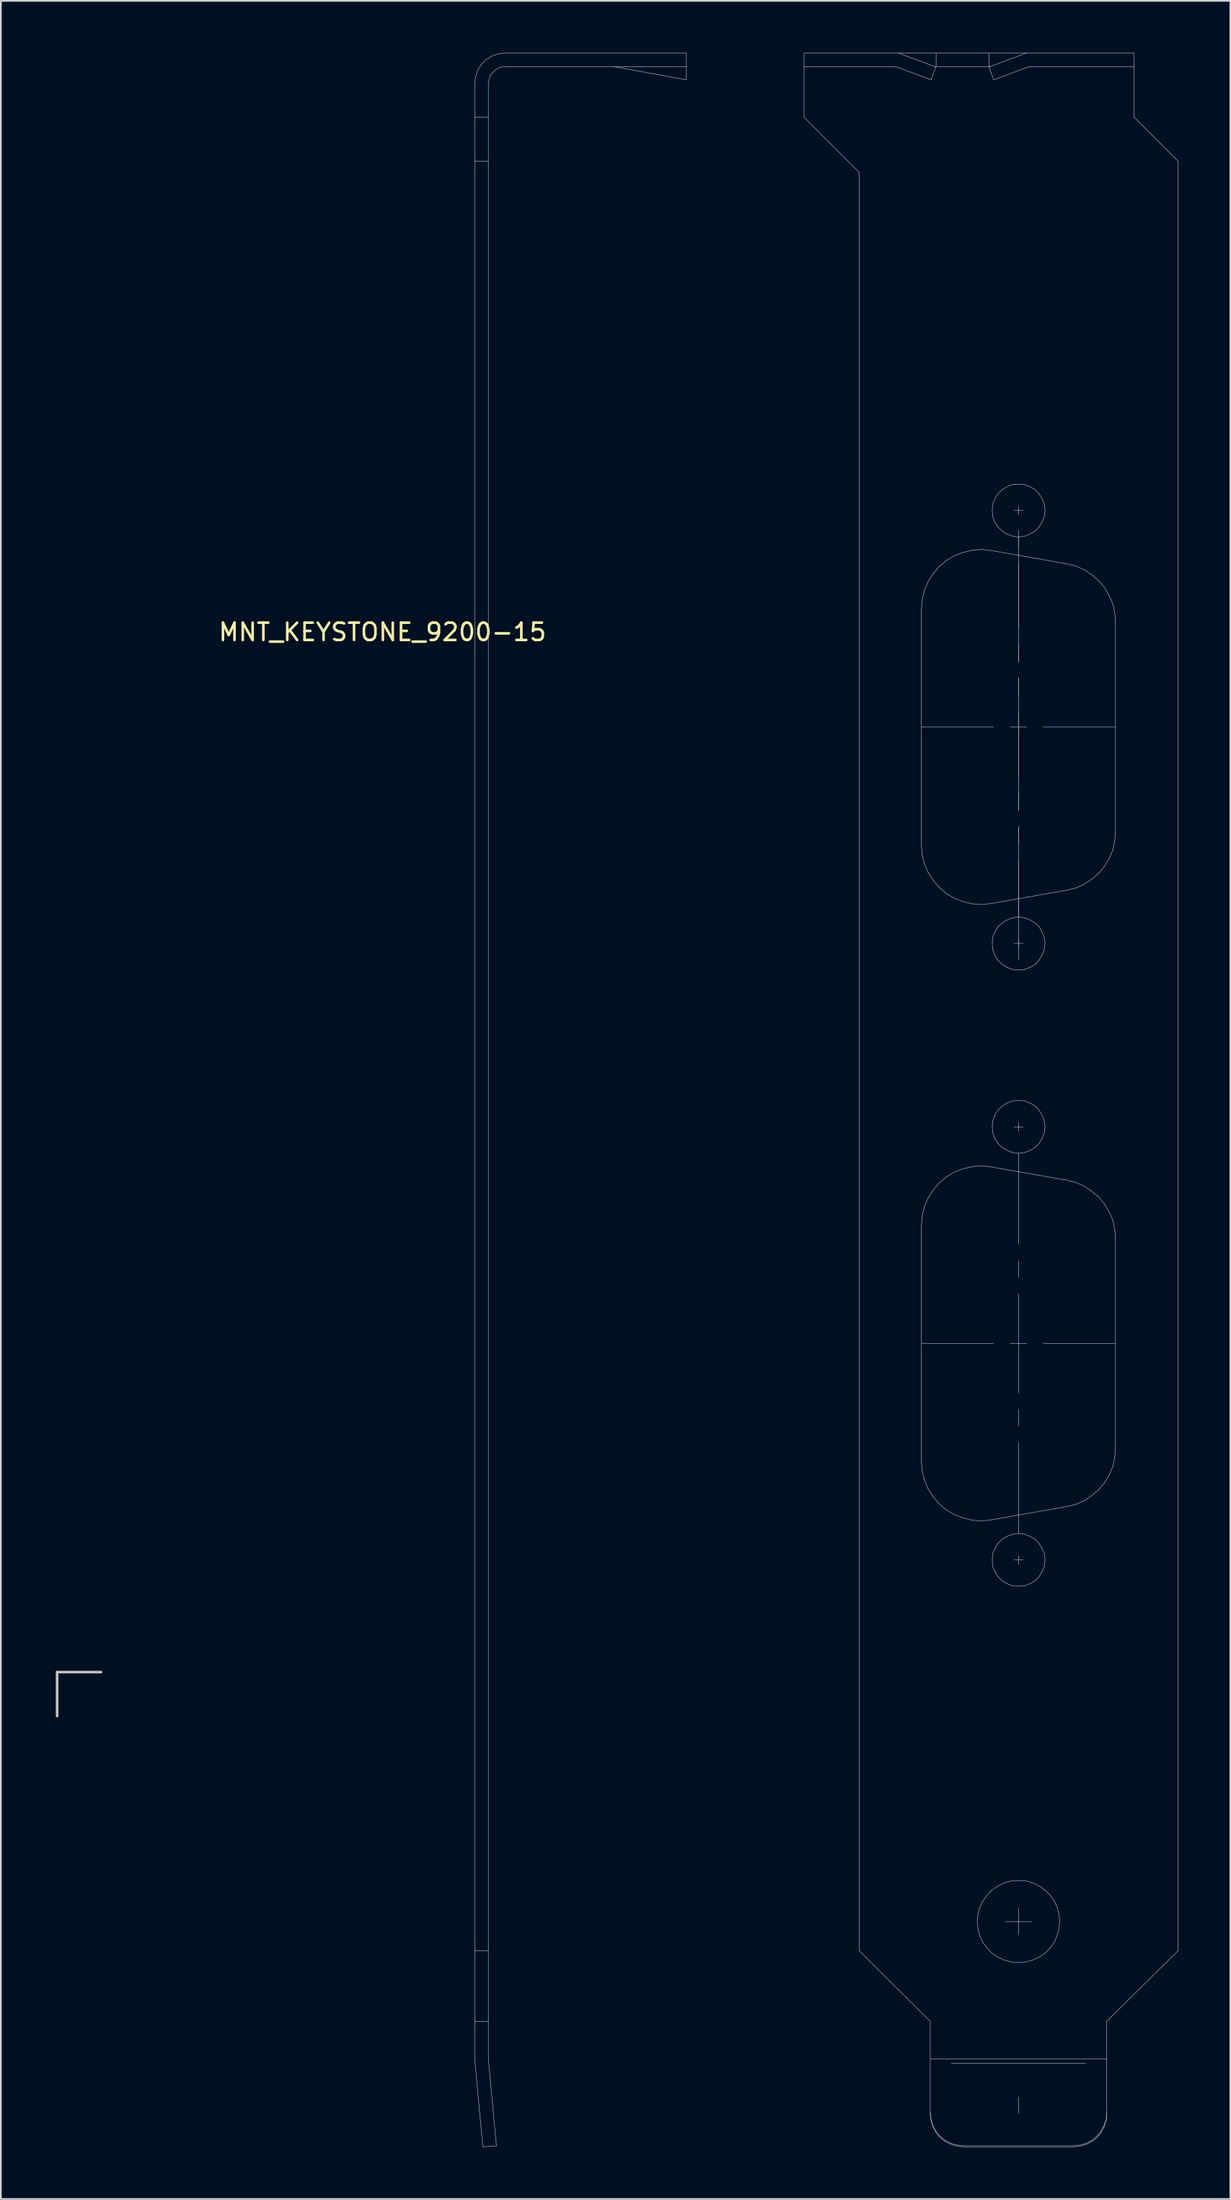
<source format=kicad_pcb>
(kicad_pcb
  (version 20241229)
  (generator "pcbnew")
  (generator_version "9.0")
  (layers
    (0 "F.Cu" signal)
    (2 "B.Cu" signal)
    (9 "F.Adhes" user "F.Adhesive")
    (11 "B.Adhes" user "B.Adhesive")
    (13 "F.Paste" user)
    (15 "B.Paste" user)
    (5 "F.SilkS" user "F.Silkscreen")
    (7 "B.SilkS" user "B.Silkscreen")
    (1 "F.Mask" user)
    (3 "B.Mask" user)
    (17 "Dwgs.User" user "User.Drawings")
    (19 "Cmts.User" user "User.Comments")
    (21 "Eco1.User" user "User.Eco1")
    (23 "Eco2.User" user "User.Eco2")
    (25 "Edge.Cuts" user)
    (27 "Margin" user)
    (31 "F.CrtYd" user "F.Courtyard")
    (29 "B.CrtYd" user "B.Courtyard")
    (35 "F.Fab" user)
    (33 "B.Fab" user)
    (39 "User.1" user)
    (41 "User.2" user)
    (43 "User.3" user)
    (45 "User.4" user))
  (footprint "MNT_KEYSTONE_9200-15"
    (layer "F.Cu")
    (at 0.25 93.531)
    (property "Reference" "MNT_KEYSTONE_9200-15" (at 18.796 -60.071 0) (layer "F.SilkS") (effects (font (size 1 1) (thickness 0.15))))
    (attr through_hole)
    (fp_line (start 0 0) (end 0 2.54) (stroke (width 0.15) (type solid)) (layer "Dwgs.User"))
    (fp_line (start 2.54 0) (end 0 0) (stroke (width 0.15) (type solid)) (layer "Dwgs.User"))
    (fp_line (start 24.129 -91.738) (end 24.172 -92.141) (stroke (width 0.025) (type solid)) (layer "Dwgs.User"))
    (fp_line (start 24.129 22.381) (end 24.129 -91.738) (stroke (width 0.025) (type solid)) (layer "Dwgs.User"))
    (fp_line (start 24.129 22.381) (end 24.596 27.424) (stroke (width 0.025) (type solid)) (layer "Dwgs.User"))
    (fp_line (start 24.172 -92.141) (end 24.299 -92.522) (stroke (width 0.025) (type solid)) (layer "Dwgs.User"))
    (fp_line (start 24.299 -92.522) (end 24.511 -92.861) (stroke (width 0.025) (type solid)) (layer "Dwgs.User"))
    (fp_line (start 24.511 -92.861) (end 24.786 -93.137) (stroke (width 0.025) (type solid)) (layer "Dwgs.User"))
    (fp_line (start 24.596 27.424) (end 25.38 27.361) (stroke (width 0.025) (type solid)) (layer "Dwgs.User"))
    (fp_line (start 24.786 -93.137) (end 25.125 -93.349) (stroke (width 0.025) (type solid)) (layer "Dwgs.User"))
    (fp_line (start 24.913 -91.738) (end 24.956 -91.992) (stroke (width 0.025) (type solid)) (layer "Dwgs.User"))
    (fp_line (start 24.913 -89.809) (end 24.129 -89.809) (stroke (width 0.025) (type solid)) (layer "Dwgs.User"))
    (fp_line (start 24.913 -87.266) (end 24.129 -87.266) (stroke (width 0.025) (type solid)) (layer "Dwgs.User"))
    (fp_line (start 24.913 16.087) (end 24.129 16.087) (stroke (width 0.025) (type solid)) (layer "Dwgs.User"))
    (fp_line (start 24.913 20.177) (end 24.129 20.177) (stroke (width 0.025) (type solid)) (layer "Dwgs.User"))
    (fp_line (start 24.913 22.338) (end 24.913 -91.738) (stroke (width 0.025) (type solid)) (layer "Dwgs.User"))
    (fp_line (start 24.913 22.338) (end 25.38 27.361) (stroke (width 0.025) (type solid)) (layer "Dwgs.User"))
    (fp_line (start 24.956 -91.992) (end 25.041 -92.247) (stroke (width 0.025) (type solid)) (layer "Dwgs.User"))
    (fp_line (start 25.041 -92.247) (end 25.21 -92.437) (stroke (width 0.025) (type solid)) (layer "Dwgs.User"))
    (fp_line (start 25.125 -93.349) (end 25.507 -93.476) (stroke (width 0.025) (type solid)) (layer "Dwgs.User"))
    (fp_line (start 25.21 -92.437) (end 25.401 -92.607) (stroke (width 0.025) (type solid)) (layer "Dwgs.User"))
    (fp_line (start 25.401 -92.607) (end 25.655 -92.713) (stroke (width 0.025) (type solid)) (layer "Dwgs.User"))
    (fp_line (start 25.507 -93.476) (end 25.909 -93.518) (stroke (width 0.025) (type solid)) (layer "Dwgs.User"))
    (fp_line (start 25.655 -92.713) (end 25.909 -92.734) (stroke (width 0.025) (type solid)) (layer "Dwgs.User"))
    (fp_line (start 25.909 -92.734) (end 36.357 -92.734) (stroke (width 0.025) (type solid)) (layer "Dwgs.User"))
    (fp_line (start 36.357 -93.518) (end 25.909 -93.518) (stroke (width 0.025) (type solid)) (layer "Dwgs.User"))
    (fp_line (start 36.357 -92.734) (end 36.357 -93.518) (stroke (width 0.025) (type solid)) (layer "Dwgs.User"))
    (fp_line (start 36.357 -92.734) (end 36.357 -91.971) (stroke (width 0.025) (type solid)) (layer "Dwgs.User"))
    (fp_line (start 36.357 -91.971) (end 32.161 -92.734) (stroke (width 0.025) (type solid)) (layer "Dwgs.User"))
    (fp_line (start 43.154 -93.518) (end 43.154 -89.809) (stroke (width 0.025) (type solid)) (layer "Dwgs.User"))
    (fp_line (start 43.154 -89.809) (end 46.333 -86.631) (stroke (width 0.025) (type solid)) (layer "Dwgs.User"))
    (fp_line (start 46.333 16.087) (end 46.333 -86.631) (stroke (width 0.025) (type solid)) (layer "Dwgs.User"))
    (fp_line (start 48.452 -92.734) (end 43.154 -92.734) (stroke (width 0.025) (type solid)) (layer "Dwgs.User"))
    (fp_line (start 48.452 -92.734) (end 50.487 -91.971) (stroke (width 0.025) (type solid)) (layer "Dwgs.User"))
    (fp_line (start 48.6 -93.518) (end 50.762 -92.713) (stroke (width 0.025) (type solid)) (layer "Dwgs.User"))
    (fp_line (start 49.936 -61.412) (end 49.936 -47.765) (stroke (width 0.025) (type solid)) (layer "Dwgs.User"))
    (fp_line (start 49.936 -54.588) (end 54.11 -54.588) (stroke (width 0.025) (type solid)) (layer "Dwgs.User"))
    (fp_line (start 49.936 -47.765) (end 49.978 -47.235) (stroke (width 0.025) (type solid)) (layer "Dwgs.User"))
    (fp_line (start 49.936 -25.81) (end 49.936 -12.162) (stroke (width 0.025) (type solid)) (layer "Dwgs.User"))
    (fp_line (start 49.936 -18.986) (end 54.11 -18.986) (stroke (width 0.025) (type solid)) (layer "Dwgs.User"))
    (fp_line (start 49.936 -12.162) (end 49.978 -11.632) (stroke (width 0.025) (type solid)) (layer "Dwgs.User"))
    (fp_line (start 49.978 -61.942) (end 49.936 -61.412) (stroke (width 0.025) (type solid)) (layer "Dwgs.User"))
    (fp_line (start 49.978 -47.235) (end 50.105 -46.705) (stroke (width 0.025) (type solid)) (layer "Dwgs.User"))
    (fp_line (start 49.978 -26.34) (end 49.936 -25.81) (stroke (width 0.025) (type solid)) (layer "Dwgs.User"))
    (fp_line (start 49.978 -11.632) (end 50.105 -11.103) (stroke (width 0.025) (type solid)) (layer "Dwgs.User"))
    (fp_line (start 50.105 -62.472) (end 49.978 -61.942) (stroke (width 0.025) (type solid)) (layer "Dwgs.User"))
    (fp_line (start 50.105 -46.705) (end 50.317 -46.196) (stroke (width 0.025) (type solid)) (layer "Dwgs.User"))
    (fp_line (start 50.105 -26.869) (end 49.978 -26.34) (stroke (width 0.025) (type solid)) (layer "Dwgs.User"))
    (fp_line (start 50.105 -11.103) (end 50.317 -10.594) (stroke (width 0.025) (type solid)) (layer "Dwgs.User"))
    (fp_line (start 50.317 -62.98) (end 50.105 -62.472) (stroke (width 0.025) (type solid)) (layer "Dwgs.User"))
    (fp_line (start 50.317 -46.196) (end 50.614 -45.73) (stroke (width 0.025) (type solid)) (layer "Dwgs.User"))
    (fp_line (start 50.317 -27.378) (end 50.105 -26.869) (stroke (width 0.025) (type solid)) (layer "Dwgs.User"))
    (fp_line (start 50.317 -10.594) (end 50.614 -10.128) (stroke (width 0.025) (type solid)) (layer "Dwgs.User"))
    (fp_line (start 50.444 20.177) (end 46.333 16.087) (stroke (width 0.025) (type solid)) (layer "Dwgs.User"))
    (fp_line (start 50.444 25.454) (end 50.487 25.814) (stroke (width 0.025) (type solid)) (layer "Dwgs.User"))
    (fp_line (start 50.444 25.517) (end 50.444 20.177) (stroke (width 0.025) (type solid)) (layer "Dwgs.User"))
    (fp_line (start 50.444 25.517) (end 50.487 25.899) (stroke (width 0.025) (type solid)) (layer "Dwgs.User"))
    (fp_line (start 50.487 -91.971) (end 50.762 -92.713) (stroke (width 0.025) (type solid)) (layer "Dwgs.User"))
    (fp_line (start 50.487 25.814) (end 50.593 26.174) (stroke (width 0.025) (type solid)) (layer "Dwgs.User"))
    (fp_line (start 50.487 25.899) (end 50.593 26.259) (stroke (width 0.025) (type solid)) (layer "Dwgs.User"))
    (fp_line (start 50.593 26.174) (end 50.762 26.513) (stroke (width 0.025) (type solid)) (layer "Dwgs.User"))
    (fp_line (start 50.593 26.259) (end 50.762 26.577) (stroke (width 0.025) (type solid)) (layer "Dwgs.User"))
    (fp_line (start 50.614 -63.447) (end 50.317 -62.98) (stroke (width 0.025) (type solid)) (layer "Dwgs.User"))
    (fp_line (start 50.614 -45.73) (end 50.953 -45.328) (stroke (width 0.025) (type solid)) (layer "Dwgs.User"))
    (fp_line (start 50.614 -27.844) (end 50.317 -27.378) (stroke (width 0.025) (type solid)) (layer "Dwgs.User"))
    (fp_line (start 50.614 -10.128) (end 50.953 -9.725) (stroke (width 0.025) (type solid)) (layer "Dwgs.User"))
    (fp_line (start 50.762 26.513) (end 50.995 26.789) (stroke (width 0.025) (type solid)) (layer "Dwgs.User"))
    (fp_line (start 50.762 26.577) (end 50.995 26.873) (stroke (width 0.025) (type solid)) (layer "Dwgs.User"))
    (fp_line (start 50.783 -93.518) (end 50.783 -92.734) (stroke (width 0.025) (type solid)) (layer "Dwgs.User"))
    (fp_line (start 50.953 -63.849) (end 50.614 -63.447) (stroke (width 0.025) (type solid)) (layer "Dwgs.User"))
    (fp_line (start 50.953 -45.328) (end 51.377 -44.967) (stroke (width 0.025) (type solid)) (layer "Dwgs.User"))
    (fp_line (start 50.953 -28.247) (end 50.614 -27.844) (stroke (width 0.025) (type solid)) (layer "Dwgs.User"))
    (fp_line (start 50.953 -9.725) (end 51.377 -9.365) (stroke (width 0.025) (type solid)) (layer "Dwgs.User"))
    (fp_line (start 50.995 26.789) (end 51.292 27.043) (stroke (width 0.025) (type solid)) (layer "Dwgs.User"))
    (fp_line (start 50.995 26.873) (end 51.292 27.107) (stroke (width 0.025) (type solid)) (layer "Dwgs.User"))
    (fp_line (start 51.292 27.043) (end 51.631 27.212) (stroke (width 0.025) (type solid)) (layer "Dwgs.User"))
    (fp_line (start 51.292 27.107) (end 51.631 27.276) (stroke (width 0.025) (type solid)) (layer "Dwgs.User"))
    (fp_line (start 51.377 -64.21) (end 50.953 -63.849) (stroke (width 0.025) (type solid)) (layer "Dwgs.User"))
    (fp_line (start 51.377 -44.967) (end 51.843 -44.692) (stroke (width 0.025) (type solid)) (layer "Dwgs.User"))
    (fp_line (start 51.377 -28.607) (end 50.953 -28.247) (stroke (width 0.025) (type solid)) (layer "Dwgs.User"))
    (fp_line (start 51.377 -9.365) (end 51.843 -9.089) (stroke (width 0.025) (type solid)) (layer "Dwgs.User"))
    (fp_line (start 51.631 27.212) (end 51.97 27.318) (stroke (width 0.025) (type solid)) (layer "Dwgs.User"))
    (fp_line (start 51.631 27.276) (end 51.97 27.382) (stroke (width 0.025) (type solid)) (layer "Dwgs.User"))
    (fp_line (start 51.843 -64.485) (end 51.377 -64.21) (stroke (width 0.025) (type solid)) (layer "Dwgs.User"))
    (fp_line (start 51.843 -44.692) (end 52.351 -44.501) (stroke (width 0.025) (type solid)) (layer "Dwgs.User"))
    (fp_line (start 51.843 -28.883) (end 51.377 -28.607) (stroke (width 0.025) (type solid)) (layer "Dwgs.User"))
    (fp_line (start 51.843 -9.089) (end 52.351 -8.899) (stroke (width 0.025) (type solid)) (layer "Dwgs.User"))
    (fp_line (start 51.97 27.318) (end 52.351 27.361) (stroke (width 0.025) (type solid)) (layer "Dwgs.User"))
    (fp_line (start 51.97 27.382) (end 52.351 27.424) (stroke (width 0.025) (type solid)) (layer "Dwgs.User"))
    (fp_line (start 52.351 -64.676) (end 51.843 -64.485) (stroke (width 0.025) (type solid)) (layer "Dwgs.User"))
    (fp_line (start 52.351 -44.501) (end 52.881 -44.374) (stroke (width 0.025) (type solid)) (layer "Dwgs.User"))
    (fp_line (start 52.351 -29.073) (end 51.843 -28.883) (stroke (width 0.025) (type solid)) (layer "Dwgs.User"))
    (fp_line (start 52.351 -8.899) (end 52.881 -8.771) (stroke (width 0.025) (type solid)) (layer "Dwgs.User"))
    (fp_line (start 52.881 -64.803) (end 52.351 -64.676) (stroke (width 0.025) (type solid)) (layer "Dwgs.User"))
    (fp_line (start 52.881 -44.374) (end 53.432 -44.332) (stroke (width 0.025) (type solid)) (layer "Dwgs.User"))
    (fp_line (start 52.881 -29.2) (end 52.351 -29.073) (stroke (width 0.025) (type solid)) (layer "Dwgs.User"))
    (fp_line (start 52.881 -8.771) (end 53.432 -8.729) (stroke (width 0.025) (type solid)) (layer "Dwgs.User"))
    (fp_line (start 53.157 14.413) (end 53.199 14.815) (stroke (width 0.025) (type solid)) (layer "Dwgs.User"))
    (fp_line (start 53.199 13.989) (end 53.157 14.413) (stroke (width 0.025) (type solid)) (layer "Dwgs.User"))
    (fp_line (start 53.199 14.815) (end 53.305 15.218) (stroke (width 0.025) (type solid)) (layer "Dwgs.User"))
    (fp_line (start 53.305 13.586) (end 53.199 13.989) (stroke (width 0.025) (type solid)) (layer "Dwgs.User"))
    (fp_line (start 53.305 15.218) (end 53.475 15.599) (stroke (width 0.025) (type solid)) (layer "Dwgs.User"))
    (fp_line (start 53.432 -64.845) (end 52.881 -64.803) (stroke (width 0.025) (type solid)) (layer "Dwgs.User"))
    (fp_line (start 53.432 -44.332) (end 53.962 -44.395) (stroke (width 0.025) (type solid)) (layer "Dwgs.User"))
    (fp_line (start 53.432 -29.243) (end 52.881 -29.2) (stroke (width 0.025) (type solid)) (layer "Dwgs.User"))
    (fp_line (start 53.432 -8.729) (end 53.962 -8.793) (stroke (width 0.025) (type solid)) (layer "Dwgs.User"))
    (fp_line (start 53.475 13.226) (end 53.305 13.586) (stroke (width 0.025) (type solid)) (layer "Dwgs.User"))
    (fp_line (start 53.475 15.599) (end 53.729 15.938) (stroke (width 0.025) (type solid)) (layer "Dwgs.User"))
    (fp_line (start 53.729 12.887) (end 53.475 13.226) (stroke (width 0.025) (type solid)) (layer "Dwgs.User"))
    (fp_line (start 53.729 15.938) (end 54.004 16.235) (stroke (width 0.025) (type solid)) (layer "Dwgs.User"))
    (fp_line (start 53.835 -93.518) (end 53.835 -92.734) (stroke (width 0.025) (type solid)) (layer "Dwgs.User"))
    (fp_line (start 53.835 -92.713) (end 54.11 -91.971) (stroke (width 0.025) (type solid)) (layer "Dwgs.User"))
    (fp_line (start 53.898 -92.734) (end 50.698 -92.734) (stroke (width 0.025) (type solid)) (layer "Dwgs.User"))
    (fp_line (start 53.962 -64.782) (end 53.432 -64.845) (stroke (width 0.025) (type solid)) (layer "Dwgs.User"))
    (fp_line (start 53.962 -44.395) (end 58.306 -45.158) (stroke (width 0.025) (type solid)) (layer "Dwgs.User"))
    (fp_line (start 53.962 -29.179) (end 53.432 -29.243) (stroke (width 0.025) (type solid)) (layer "Dwgs.User"))
    (fp_line (start 53.962 -8.793) (end 58.306 -9.556) (stroke (width 0.025) (type solid)) (layer "Dwgs.User"))
    (fp_line (start 54.004 12.59) (end 53.729 12.887) (stroke (width 0.025) (type solid)) (layer "Dwgs.User"))
    (fp_line (start 54.004 16.235) (end 54.365 16.468) (stroke (width 0.025) (type solid)) (layer "Dwgs.User"))
    (fp_line (start 54.026 -67.092) (end 54.047 -66.753) (stroke (width 0.025) (type solid)) (layer "Dwgs.User"))
    (fp_line (start 54.026 -42.085) (end 54.047 -41.746) (stroke (width 0.025) (type solid)) (layer "Dwgs.User"))
    (fp_line (start 54.026 -31.489) (end 54.047 -31.15) (stroke (width 0.025) (type solid)) (layer "Dwgs.User"))
    (fp_line (start 54.026 -6.483) (end 54.047 -6.122) (stroke (width 0.025) (type solid)) (layer "Dwgs.User"))
    (fp_line (start 54.047 -67.452) (end 54.026 -67.092) (stroke (width 0.025) (type solid)) (layer "Dwgs.User"))
    (fp_line (start 54.047 -66.753) (end 54.174 -66.435) (stroke (width 0.025) (type solid)) (layer "Dwgs.User"))
    (fp_line (start 54.047 -42.424) (end 54.026 -42.085) (stroke (width 0.025) (type solid)) (layer "Dwgs.User"))
    (fp_line (start 54.047 -41.746) (end 54.174 -41.407) (stroke (width 0.025) (type solid)) (layer "Dwgs.User"))
    (fp_line (start 54.047 -31.828) (end 54.026 -31.489) (stroke (width 0.025) (type solid)) (layer "Dwgs.User"))
    (fp_line (start 54.047 -31.15) (end 54.174 -30.832) (stroke (width 0.025) (type solid)) (layer "Dwgs.User"))
    (fp_line (start 54.047 -6.822) (end 54.026 -6.483) (stroke (width 0.025) (type solid)) (layer "Dwgs.User"))
    (fp_line (start 54.047 -6.122) (end 54.174 -5.805) (stroke (width 0.025) (type solid)) (layer "Dwgs.User"))
    (fp_line (start 54.174 -67.77) (end 54.047 -67.452) (stroke (width 0.025) (type solid)) (layer "Dwgs.User"))
    (fp_line (start 54.174 -66.435) (end 54.343 -66.159) (stroke (width 0.025) (type solid)) (layer "Dwgs.User"))
    (fp_line (start 54.174 -42.742) (end 54.047 -42.424) (stroke (width 0.025) (type solid)) (layer "Dwgs.User"))
    (fp_line (start 54.174 -41.407) (end 54.343 -41.132) (stroke (width 0.025) (type solid)) (layer "Dwgs.User"))
    (fp_line (start 54.174 -32.167) (end 54.047 -31.828) (stroke (width 0.025) (type solid)) (layer "Dwgs.User"))
    (fp_line (start 54.174 -30.832) (end 54.343 -30.536) (stroke (width 0.025) (type solid)) (layer "Dwgs.User"))
    (fp_line (start 54.174 -7.14) (end 54.047 -6.822) (stroke (width 0.025) (type solid)) (layer "Dwgs.User"))
    (fp_line (start 54.174 -5.805) (end 54.343 -5.529) (stroke (width 0.025) (type solid)) (layer "Dwgs.User"))
    (fp_line (start 54.343 -68.045) (end 54.174 -67.77) (stroke (width 0.025) (type solid)) (layer "Dwgs.User"))
    (fp_line (start 54.343 -66.159) (end 54.598 -65.905) (stroke (width 0.025) (type solid)) (layer "Dwgs.User"))
    (fp_line (start 54.343 -43.039) (end 54.174 -42.742) (stroke (width 0.025) (type solid)) (layer "Dwgs.User"))
    (fp_line (start 54.343 -41.132) (end 54.598 -40.877) (stroke (width 0.025) (type solid)) (layer "Dwgs.User"))
    (fp_line (start 54.343 -32.443) (end 54.174 -32.167) (stroke (width 0.025) (type solid)) (layer "Dwgs.User"))
    (fp_line (start 54.343 -30.536) (end 54.598 -30.302) (stroke (width 0.025) (type solid)) (layer "Dwgs.User"))
    (fp_line (start 54.343 -7.415) (end 54.174 -7.14) (stroke (width 0.025) (type solid)) (layer "Dwgs.User"))
    (fp_line (start 54.343 -5.529) (end 54.598 -5.275) (stroke (width 0.025) (type solid)) (layer "Dwgs.User"))
    (fp_line (start 54.365 12.357) (end 54.004 12.59) (stroke (width 0.025) (type solid)) (layer "Dwgs.User"))
    (fp_line (start 54.365 16.468) (end 54.725 16.638) (stroke (width 0.025) (type solid)) (layer "Dwgs.User"))
    (fp_line (start 54.598 -68.3) (end 54.343 -68.045) (stroke (width 0.025) (type solid)) (layer "Dwgs.User"))
    (fp_line (start 54.598 -65.905) (end 54.873 -65.735) (stroke (width 0.025) (type solid)) (layer "Dwgs.User"))
    (fp_line (start 54.598 -43.272) (end 54.343 -43.039) (stroke (width 0.025) (type solid)) (layer "Dwgs.User"))
    (fp_line (start 54.598 -40.877) (end 54.873 -40.708) (stroke (width 0.025) (type solid)) (layer "Dwgs.User"))
    (fp_line (start 54.598 -32.697) (end 54.343 -32.443) (stroke (width 0.025) (type solid)) (layer "Dwgs.User"))
    (fp_line (start 54.598 -30.302) (end 54.873 -30.133) (stroke (width 0.025) (type solid)) (layer "Dwgs.User"))
    (fp_line (start 54.598 -7.669) (end 54.343 -7.415) (stroke (width 0.025) (type solid)) (layer "Dwgs.User"))
    (fp_line (start 54.598 -5.275) (end 54.873 -5.105) (stroke (width 0.025) (type solid)) (layer "Dwgs.User"))
    (fp_line (start 54.725 12.166) (end 54.365 12.357) (stroke (width 0.025) (type solid)) (layer "Dwgs.User"))
    (fp_line (start 54.725 16.638) (end 55.128 16.744) (stroke (width 0.025) (type solid)) (layer "Dwgs.User"))
    (fp_line (start 54.873 -68.469) (end 54.598 -68.3) (stroke (width 0.025) (type solid)) (layer "Dwgs.User"))
    (fp_line (start 54.873 -65.735) (end 55.212 -65.608) (stroke (width 0.025) (type solid)) (layer "Dwgs.User"))
    (fp_line (start 54.873 -43.441) (end 54.598 -43.272) (stroke (width 0.025) (type solid)) (layer "Dwgs.User"))
    (fp_line (start 54.873 -40.708) (end 55.212 -40.581) (stroke (width 0.025) (type solid)) (layer "Dwgs.User"))
    (fp_line (start 54.873 -32.867) (end 54.598 -32.697) (stroke (width 0.025) (type solid)) (layer "Dwgs.User"))
    (fp_line (start 54.873 -30.133) (end 55.212 -30.006) (stroke (width 0.025) (type solid)) (layer "Dwgs.User"))
    (fp_line (start 54.873 -7.839) (end 54.598 -7.669) (stroke (width 0.025) (type solid)) (layer "Dwgs.User"))
    (fp_line (start 54.873 -5.105) (end 55.212 -4.978) (stroke (width 0.025) (type solid)) (layer "Dwgs.User"))
    (fp_line (start 55.064 -54.588) (end 56.018 -54.588) (stroke (width 0.025) (type solid)) (layer "Dwgs.User"))
    (fp_line (start 55.064 -18.986) (end 56.018 -18.986) (stroke (width 0.025) (type solid)) (layer "Dwgs.User"))
    (fp_line (start 55.128 12.06) (end 54.725 12.166) (stroke (width 0.025) (type solid)) (layer "Dwgs.User"))
    (fp_line (start 55.128 16.744) (end 55.551 16.786) (stroke (width 0.025) (type solid)) (layer "Dwgs.User"))
    (fp_line (start 55.212 -68.596) (end 54.873 -68.469) (stroke (width 0.025) (type solid)) (layer "Dwgs.User"))
    (fp_line (start 55.212 -65.608) (end 55.551 -65.566) (stroke (width 0.025) (type solid)) (layer "Dwgs.User"))
    (fp_line (start 55.212 -43.569) (end 54.873 -43.441) (stroke (width 0.025) (type solid)) (layer "Dwgs.User"))
    (fp_line (start 55.212 -40.581) (end 55.551 -40.559) (stroke (width 0.025) (type solid)) (layer "Dwgs.User"))
    (fp_line (start 55.212 -32.994) (end 54.873 -32.867) (stroke (width 0.025) (type solid)) (layer "Dwgs.User"))
    (fp_line (start 55.212 -30.006) (end 55.551 -29.963) (stroke (width 0.025) (type solid)) (layer "Dwgs.User"))
    (fp_line (start 55.212 -7.966) (end 54.873 -7.839) (stroke (width 0.025) (type solid)) (layer "Dwgs.User"))
    (fp_line (start 55.212 -4.978) (end 55.551 -4.957) (stroke (width 0.025) (type solid)) (layer "Dwgs.User"))
    (fp_line (start 55.551 -68.618) (end 55.212 -68.596) (stroke (width 0.025) (type solid)) (layer "Dwgs.User"))
    (fp_line (start 55.551 -66.837) (end 55.551 -67.346) (stroke (width 0.025) (type solid)) (layer "Dwgs.User"))
    (fp_line (start 55.551 -65.566) (end 55.891 -65.608) (stroke (width 0.025) (type solid)) (layer "Dwgs.User"))
    (fp_line (start 55.551 -64.994) (end 55.551 -65.947) (stroke (width 0.025) (type solid)) (layer "Dwgs.User"))
    (fp_line (start 55.551 -60.31) (end 55.551 -65.566) (stroke (width 0.025) (type solid)) (layer "Dwgs.User"))
    (fp_line (start 55.551 -58.403) (end 55.551 -59.357) (stroke (width 0.025) (type solid)) (layer "Dwgs.User"))
    (fp_line (start 55.551 -58.318) (end 55.551 -64.04) (stroke (width 0.025) (type solid)) (layer "Dwgs.User"))
    (fp_line (start 55.551 -56.411) (end 55.551 -57.365) (stroke (width 0.025) (type solid)) (layer "Dwgs.User"))
    (fp_line (start 55.551 -51.728) (end 55.551 -57.449) (stroke (width 0.025) (type solid)) (layer "Dwgs.User"))
    (fp_line (start 55.551 -49.82) (end 55.551 -50.774) (stroke (width 0.025) (type solid)) (layer "Dwgs.User"))
    (fp_line (start 55.551 -49.735) (end 55.551 -55.457) (stroke (width 0.025) (type solid)) (layer "Dwgs.User"))
    (fp_line (start 55.551 -47.828) (end 55.551 -48.782) (stroke (width 0.025) (type solid)) (layer "Dwgs.User"))
    (fp_line (start 55.551 -43.611) (end 55.212 -43.569) (stroke (width 0.025) (type solid)) (layer "Dwgs.User"))
    (fp_line (start 55.551 -43.611) (end 55.551 -48.867) (stroke (width 0.025) (type solid)) (layer "Dwgs.User"))
    (fp_line (start 55.551 -41.831) (end 55.551 -42.34) (stroke (width 0.025) (type solid)) (layer "Dwgs.User"))
    (fp_line (start 55.551 -41.153) (end 55.551 -46.875) (stroke (width 0.025) (type solid)) (layer "Dwgs.User"))
    (fp_line (start 55.551 -40.559) (end 55.891 -40.581) (stroke (width 0.025) (type solid)) (layer "Dwgs.User"))
    (fp_line (start 55.551 -33.015) (end 55.212 -32.994) (stroke (width 0.025) (type solid)) (layer "Dwgs.User"))
    (fp_line (start 55.551 -31.235) (end 55.551 -31.744) (stroke (width 0.025) (type solid)) (layer "Dwgs.User"))
    (fp_line (start 55.551 -29.963) (end 55.891 -30.006) (stroke (width 0.025) (type solid)) (layer "Dwgs.User"))
    (fp_line (start 55.551 -24.708) (end 55.551 -29.963) (stroke (width 0.025) (type solid)) (layer "Dwgs.User"))
    (fp_line (start 55.551 -22.801) (end 55.551 -23.754) (stroke (width 0.025) (type solid)) (layer "Dwgs.User"))
    (fp_line (start 55.551 -16.125) (end 55.551 -21.847) (stroke (width 0.025) (type solid)) (layer "Dwgs.User"))
    (fp_line (start 55.551 -14.218) (end 55.551 -15.171) (stroke (width 0.025) (type solid)) (layer "Dwgs.User"))
    (fp_line (start 55.551 -8.009) (end 55.212 -7.966) (stroke (width 0.025) (type solid)) (layer "Dwgs.User"))
    (fp_line (start 55.551 -8.009) (end 55.551 -13.264) (stroke (width 0.025) (type solid)) (layer "Dwgs.User"))
    (fp_line (start 55.551 -6.228) (end 55.551 -6.737) (stroke (width 0.025) (type solid)) (layer "Dwgs.User"))
    (fp_line (start 55.551 -4.957) (end 55.891 -4.978) (stroke (width 0.025) (type solid)) (layer "Dwgs.User"))
    (fp_line (start 55.551 12.039) (end 55.128 12.06) (stroke (width 0.025) (type solid)) (layer "Dwgs.User"))
    (fp_line (start 55.551 15.175) (end 55.551 13.65) (stroke (width 0.025) (type solid)) (layer "Dwgs.User"))
    (fp_line (start 55.551 16.786) (end 55.954 16.744) (stroke (width 0.025) (type solid)) (layer "Dwgs.User"))
    (fp_line (start 55.551 24.542) (end 55.551 25.496) (stroke (width 0.025) (type solid)) (layer "Dwgs.User"))
    (fp_line (start 55.806 -67.092) (end 55.297 -67.092) (stroke (width 0.025) (type solid)) (layer "Dwgs.User"))
    (fp_line (start 55.806 -42.085) (end 55.297 -42.085) (stroke (width 0.025) (type solid)) (layer "Dwgs.User"))
    (fp_line (start 55.806 -31.489) (end 55.297 -31.489) (stroke (width 0.025) (type solid)) (layer "Dwgs.User"))
    (fp_line (start 55.806 -6.483) (end 55.297 -6.483) (stroke (width 0.025) (type solid)) (layer "Dwgs.User"))
    (fp_line (start 55.891 -68.596) (end 55.551 -68.618) (stroke (width 0.025) (type solid)) (layer "Dwgs.User"))
    (fp_line (start 55.891 -65.608) (end 56.208 -65.735) (stroke (width 0.025) (type solid)) (layer "Dwgs.User"))
    (fp_line (start 55.891 -43.569) (end 55.551 -43.611) (stroke (width 0.025) (type solid)) (layer "Dwgs.User"))
    (fp_line (start 55.891 -40.581) (end 56.208 -40.708) (stroke (width 0.025) (type solid)) (layer "Dwgs.User"))
    (fp_line (start 55.891 -32.994) (end 55.551 -33.015) (stroke (width 0.025) (type solid)) (layer "Dwgs.User"))
    (fp_line (start 55.891 -30.006) (end 56.208 -30.133) (stroke (width 0.025) (type solid)) (layer "Dwgs.User"))
    (fp_line (start 55.891 -7.966) (end 55.551 -8.009) (stroke (width 0.025) (type solid)) (layer "Dwgs.User"))
    (fp_line (start 55.891 -4.978) (end 56.208 -5.105) (stroke (width 0.025) (type solid)) (layer "Dwgs.User"))
    (fp_line (start 55.954 12.06) (end 55.551 12.039) (stroke (width 0.025) (type solid)) (layer "Dwgs.User"))
    (fp_line (start 55.954 16.744) (end 56.357 16.638) (stroke (width 0.025) (type solid)) (layer "Dwgs.User"))
    (fp_line (start 55.996 -93.518) (end 53.835 -92.713) (stroke (width 0.025) (type solid)) (layer "Dwgs.User"))
    (fp_line (start 56.145 -92.734) (end 54.11 -91.971) (stroke (width 0.025) (type solid)) (layer "Dwgs.User"))
    (fp_line (start 56.208 -68.469) (end 55.891 -68.596) (stroke (width 0.025) (type solid)) (layer "Dwgs.User"))
    (fp_line (start 56.208 -65.735) (end 56.505 -65.905) (stroke (width 0.025) (type solid)) (layer "Dwgs.User"))
    (fp_line (start 56.208 -43.441) (end 55.891 -43.569) (stroke (width 0.025) (type solid)) (layer "Dwgs.User"))
    (fp_line (start 56.208 -40.708) (end 56.505 -40.877) (stroke (width 0.025) (type solid)) (layer "Dwgs.User"))
    (fp_line (start 56.208 -32.867) (end 55.891 -32.994) (stroke (width 0.025) (type solid)) (layer "Dwgs.User"))
    (fp_line (start 56.208 -30.133) (end 56.505 -30.302) (stroke (width 0.025) (type solid)) (layer "Dwgs.User"))
    (fp_line (start 56.208 -7.839) (end 55.891 -7.966) (stroke (width 0.025) (type solid)) (layer "Dwgs.User"))
    (fp_line (start 56.208 -5.105) (end 56.505 -5.275) (stroke (width 0.025) (type solid)) (layer "Dwgs.User"))
    (fp_line (start 56.314 14.413) (end 54.789 14.413) (stroke (width 0.025) (type solid)) (layer "Dwgs.User"))
    (fp_line (start 56.357 12.166) (end 55.954 12.06) (stroke (width 0.025) (type solid)) (layer "Dwgs.User"))
    (fp_line (start 56.357 16.638) (end 56.738 16.468) (stroke (width 0.025) (type solid)) (layer "Dwgs.User"))
    (fp_line (start 56.505 -68.3) (end 56.208 -68.469) (stroke (width 0.025) (type solid)) (layer "Dwgs.User"))
    (fp_line (start 56.505 -65.905) (end 56.738 -66.159) (stroke (width 0.025) (type solid)) (layer "Dwgs.User"))
    (fp_line (start 56.505 -43.272) (end 56.208 -43.441) (stroke (width 0.025) (type solid)) (layer "Dwgs.User"))
    (fp_line (start 56.505 -40.877) (end 56.738 -41.132) (stroke (width 0.025) (type solid)) (layer "Dwgs.User"))
    (fp_line (start 56.505 -32.697) (end 56.208 -32.867) (stroke (width 0.025) (type solid)) (layer "Dwgs.User"))
    (fp_line (start 56.505 -30.302) (end 56.738 -30.536) (stroke (width 0.025) (type solid)) (layer "Dwgs.User"))
    (fp_line (start 56.505 -7.669) (end 56.208 -7.839) (stroke (width 0.025) (type solid)) (layer "Dwgs.User"))
    (fp_line (start 56.505 -5.275) (end 56.738 -5.529) (stroke (width 0.025) (type solid)) (layer "Dwgs.User"))
    (fp_line (start 56.738 -68.045) (end 56.505 -68.3) (stroke (width 0.025) (type solid)) (layer "Dwgs.User"))
    (fp_line (start 56.738 -66.159) (end 56.908 -66.435) (stroke (width 0.025) (type solid)) (layer "Dwgs.User"))
    (fp_line (start 56.738 -43.039) (end 56.505 -43.272) (stroke (width 0.025) (type solid)) (layer "Dwgs.User"))
    (fp_line (start 56.738 -41.132) (end 56.908 -41.407) (stroke (width 0.025) (type solid)) (layer "Dwgs.User"))
    (fp_line (start 56.738 -32.443) (end 56.505 -32.697) (stroke (width 0.025) (type solid)) (layer "Dwgs.User"))
    (fp_line (start 56.738 -30.536) (end 56.908 -30.832) (stroke (width 0.025) (type solid)) (layer "Dwgs.User"))
    (fp_line (start 56.738 -7.415) (end 56.505 -7.669) (stroke (width 0.025) (type solid)) (layer "Dwgs.User"))
    (fp_line (start 56.738 -5.529) (end 56.908 -5.805) (stroke (width 0.025) (type solid)) (layer "Dwgs.User"))
    (fp_line (start 56.738 12.357) (end 56.357 12.166) (stroke (width 0.025) (type solid)) (layer "Dwgs.User"))
    (fp_line (start 56.738 16.468) (end 57.077 16.235) (stroke (width 0.025) (type solid)) (layer "Dwgs.User"))
    (fp_line (start 56.908 -67.77) (end 56.738 -68.045) (stroke (width 0.025) (type solid)) (layer "Dwgs.User"))
    (fp_line (start 56.908 -66.435) (end 57.035 -66.753) (stroke (width 0.025) (type solid)) (layer "Dwgs.User"))
    (fp_line (start 56.908 -42.742) (end 56.738 -43.039) (stroke (width 0.025) (type solid)) (layer "Dwgs.User"))
    (fp_line (start 56.908 -41.407) (end 57.035 -41.746) (stroke (width 0.025) (type solid)) (layer "Dwgs.User"))
    (fp_line (start 56.908 -32.167) (end 56.738 -32.443) (stroke (width 0.025) (type solid)) (layer "Dwgs.User"))
    (fp_line (start 56.908 -30.832) (end 57.035 -31.15) (stroke (width 0.025) (type solid)) (layer "Dwgs.User"))
    (fp_line (start 56.908 -7.14) (end 56.738 -7.415) (stroke (width 0.025) (type solid)) (layer "Dwgs.User"))
    (fp_line (start 56.908 -5.805) (end 57.035 -6.122) (stroke (width 0.025) (type solid)) (layer "Dwgs.User"))
    (fp_line (start 56.971 -54.588) (end 61.146 -54.588) (stroke (width 0.025) (type solid)) (layer "Dwgs.User"))
    (fp_line (start 56.971 -18.986) (end 61.146 -18.986) (stroke (width 0.025) (type solid)) (layer "Dwgs.User"))
    (fp_line (start 57.035 -67.452) (end 56.908 -67.77) (stroke (width 0.025) (type solid)) (layer "Dwgs.User"))
    (fp_line (start 57.035 -66.753) (end 57.077 -67.092) (stroke (width 0.025) (type solid)) (layer "Dwgs.User"))
    (fp_line (start 57.035 -42.424) (end 56.908 -42.742) (stroke (width 0.025) (type solid)) (layer "Dwgs.User"))
    (fp_line (start 57.035 -41.746) (end 57.077 -42.085) (stroke (width 0.025) (type solid)) (layer "Dwgs.User"))
    (fp_line (start 57.035 -31.828) (end 56.908 -32.167) (stroke (width 0.025) (type solid)) (layer "Dwgs.User"))
    (fp_line (start 57.035 -31.15) (end 57.077 -31.489) (stroke (width 0.025) (type solid)) (layer "Dwgs.User"))
    (fp_line (start 57.035 -6.822) (end 56.908 -7.14) (stroke (width 0.025) (type solid)) (layer "Dwgs.User"))
    (fp_line (start 57.035 -6.122) (end 57.077 -6.483) (stroke (width 0.025) (type solid)) (layer "Dwgs.User"))
    (fp_line (start 57.077 -67.092) (end 57.035 -67.452) (stroke (width 0.025) (type solid)) (layer "Dwgs.User"))
    (fp_line (start 57.077 -42.085) (end 57.035 -42.424) (stroke (width 0.025) (type solid)) (layer "Dwgs.User"))
    (fp_line (start 57.077 -31.489) (end 57.035 -31.828) (stroke (width 0.025) (type solid)) (layer "Dwgs.User"))
    (fp_line (start 57.077 -6.483) (end 57.035 -6.822) (stroke (width 0.025) (type solid)) (layer "Dwgs.User"))
    (fp_line (start 57.077 12.59) (end 56.738 12.357) (stroke (width 0.025) (type solid)) (layer "Dwgs.User"))
    (fp_line (start 57.077 16.235) (end 57.374 15.938) (stroke (width 0.025) (type solid)) (layer "Dwgs.User"))
    (fp_line (start 57.374 12.887) (end 57.077 12.59) (stroke (width 0.025) (type solid)) (layer "Dwgs.User"))
    (fp_line (start 57.374 15.938) (end 57.607 15.599) (stroke (width 0.025) (type solid)) (layer "Dwgs.User"))
    (fp_line (start 57.607 13.226) (end 57.374 12.887) (stroke (width 0.025) (type solid)) (layer "Dwgs.User"))
    (fp_line (start 57.607 15.599) (end 57.777 15.218) (stroke (width 0.025) (type solid)) (layer "Dwgs.User"))
    (fp_line (start 57.777 13.586) (end 57.607 13.226) (stroke (width 0.025) (type solid)) (layer "Dwgs.User"))
    (fp_line (start 57.777 15.218) (end 57.883 14.815) (stroke (width 0.025) (type solid)) (layer "Dwgs.User"))
    (fp_line (start 57.883 13.989) (end 57.777 13.586) (stroke (width 0.025) (type solid)) (layer "Dwgs.User"))
    (fp_line (start 57.883 14.815) (end 57.925 14.413) (stroke (width 0.025) (type solid)) (layer "Dwgs.User"))
    (fp_line (start 57.925 14.413) (end 57.883 13.989) (stroke (width 0.025) (type solid)) (layer "Dwgs.User"))
    (fp_line (start 58.306 -64.019) (end 53.962 -64.782) (stroke (width 0.025) (type solid)) (layer "Dwgs.User"))
    (fp_line (start 58.306 -45.158) (end 58.836 -45.285) (stroke (width 0.025) (type solid)) (layer "Dwgs.User"))
    (fp_line (start 58.306 -28.416) (end 53.962 -29.179) (stroke (width 0.025) (type solid)) (layer "Dwgs.User"))
    (fp_line (start 58.306 -9.556) (end 58.836 -9.683) (stroke (width 0.025) (type solid)) (layer "Dwgs.User"))
    (fp_line (start 58.73 27.361) (end 52.351 27.361) (stroke (width 0.025) (type solid)) (layer "Dwgs.User"))
    (fp_line (start 58.73 27.361) (end 59.112 27.318) (stroke (width 0.025) (type solid)) (layer "Dwgs.User"))
    (fp_line (start 58.73 27.424) (end 52.351 27.424) (stroke (width 0.025) (type solid)) (layer "Dwgs.User"))
    (fp_line (start 58.73 27.424) (end 59.112 27.382) (stroke (width 0.025) (type solid)) (layer "Dwgs.User"))
    (fp_line (start 58.836 -63.892) (end 58.306 -64.019) (stroke (width 0.025) (type solid)) (layer "Dwgs.User"))
    (fp_line (start 58.836 -45.285) (end 59.324 -45.497) (stroke (width 0.025) (type solid)) (layer "Dwgs.User"))
    (fp_line (start 58.836 -28.289) (end 58.306 -28.416) (stroke (width 0.025) (type solid)) (layer "Dwgs.User"))
    (fp_line (start 58.836 -9.683) (end 59.324 -9.895) (stroke (width 0.025) (type solid)) (layer "Dwgs.User"))
    (fp_line (start 59.112 27.318) (end 59.472 27.212) (stroke (width 0.025) (type solid)) (layer "Dwgs.User"))
    (fp_line (start 59.112 27.382) (end 59.472 27.276) (stroke (width 0.025) (type solid)) (layer "Dwgs.User"))
    (fp_line (start 59.324 -63.68) (end 58.836 -63.892) (stroke (width 0.025) (type solid)) (layer "Dwgs.User"))
    (fp_line (start 59.324 -45.497) (end 59.769 -45.794) (stroke (width 0.025) (type solid)) (layer "Dwgs.User"))
    (fp_line (start 59.324 -28.077) (end 58.836 -28.289) (stroke (width 0.025) (type solid)) (layer "Dwgs.User"))
    (fp_line (start 59.324 -9.895) (end 59.769 -10.191) (stroke (width 0.025) (type solid)) (layer "Dwgs.User"))
    (fp_line (start 59.43 22.593) (end 51.652 22.593) (stroke (width 0.025) (type solid)) (layer "Dwgs.User"))
    (fp_line (start 59.472 27.212) (end 59.79 27.043) (stroke (width 0.025) (type solid)) (layer "Dwgs.User"))
    (fp_line (start 59.472 27.276) (end 59.79 27.107) (stroke (width 0.025) (type solid)) (layer "Dwgs.User"))
    (fp_line (start 59.769 -63.383) (end 59.324 -63.68) (stroke (width 0.025) (type solid)) (layer "Dwgs.User"))
    (fp_line (start 59.769 -45.794) (end 60.171 -46.133) (stroke (width 0.025) (type solid)) (layer "Dwgs.User"))
    (fp_line (start 59.769 -27.781) (end 59.324 -28.077) (stroke (width 0.025) (type solid)) (layer "Dwgs.User"))
    (fp_line (start 59.769 -10.191) (end 60.171 -10.53) (stroke (width 0.025) (type solid)) (layer "Dwgs.User"))
    (fp_line (start 59.79 27.043) (end 60.087 26.789) (stroke (width 0.025) (type solid)) (layer "Dwgs.User"))
    (fp_line (start 59.79 27.107) (end 60.087 26.873) (stroke (width 0.025) (type solid)) (layer "Dwgs.User"))
    (fp_line (start 60.087 26.789) (end 60.32 26.513) (stroke (width 0.025) (type solid)) (layer "Dwgs.User"))
    (fp_line (start 60.087 26.873) (end 60.32 26.577) (stroke (width 0.025) (type solid)) (layer "Dwgs.User"))
    (fp_line (start 60.171 -63.044) (end 59.769 -63.383) (stroke (width 0.025) (type solid)) (layer "Dwgs.User"))
    (fp_line (start 60.171 -46.133) (end 60.51 -46.536) (stroke (width 0.025) (type solid)) (layer "Dwgs.User"))
    (fp_line (start 60.171 -27.442) (end 59.769 -27.781) (stroke (width 0.025) (type solid)) (layer "Dwgs.User"))
    (fp_line (start 60.171 -10.53) (end 60.51 -10.933) (stroke (width 0.025) (type solid)) (layer "Dwgs.User"))
    (fp_line (start 60.32 26.513) (end 60.489 26.174) (stroke (width 0.025) (type solid)) (layer "Dwgs.User"))
    (fp_line (start 60.32 26.577) (end 60.489 26.259) (stroke (width 0.025) (type solid)) (layer "Dwgs.User"))
    (fp_line (start 60.489 26.174) (end 60.616 25.814) (stroke (width 0.025) (type solid)) (layer "Dwgs.User"))
    (fp_line (start 60.489 26.259) (end 60.616 25.899) (stroke (width 0.025) (type solid)) (layer "Dwgs.User"))
    (fp_line (start 60.51 -62.641) (end 60.171 -63.044) (stroke (width 0.025) (type solid)) (layer "Dwgs.User"))
    (fp_line (start 60.51 -46.536) (end 60.786 -47.002) (stroke (width 0.025) (type solid)) (layer "Dwgs.User"))
    (fp_line (start 60.51 -27.039) (end 60.171 -27.442) (stroke (width 0.025) (type solid)) (layer "Dwgs.User"))
    (fp_line (start 60.51 -10.933) (end 60.786 -11.399) (stroke (width 0.025) (type solid)) (layer "Dwgs.User"))
    (fp_line (start 60.616 25.814) (end 60.638 25.454) (stroke (width 0.025) (type solid)) (layer "Dwgs.User"))
    (fp_line (start 60.616 25.899) (end 60.638 25.517) (stroke (width 0.025) (type solid)) (layer "Dwgs.User"))
    (fp_line (start 60.638 20.177) (end 64.77 16.087) (stroke (width 0.025) (type solid)) (layer "Dwgs.User"))
    (fp_line (start 60.638 22.338) (end 50.444 22.338) (stroke (width 0.025) (type solid)) (layer "Dwgs.User"))
    (fp_line (start 60.638 25.517) (end 60.638 20.177) (stroke (width 0.025) (type solid)) (layer "Dwgs.User"))
    (fp_line (start 60.786 -62.175) (end 60.51 -62.641) (stroke (width 0.025) (type solid)) (layer "Dwgs.User"))
    (fp_line (start 60.786 -47.002) (end 60.998 -47.489) (stroke (width 0.025) (type solid)) (layer "Dwgs.User"))
    (fp_line (start 60.786 -26.573) (end 60.51 -27.039) (stroke (width 0.025) (type solid)) (layer "Dwgs.User"))
    (fp_line (start 60.786 -11.399) (end 60.998 -11.887) (stroke (width 0.025) (type solid)) (layer "Dwgs.User"))
    (fp_line (start 60.998 -61.688) (end 60.786 -62.175) (stroke (width 0.025) (type solid)) (layer "Dwgs.User"))
    (fp_line (start 60.998 -47.489) (end 61.104 -48.019) (stroke (width 0.025) (type solid)) (layer "Dwgs.User"))
    (fp_line (start 60.998 -26.085) (end 60.786 -26.573) (stroke (width 0.025) (type solid)) (layer "Dwgs.User"))
    (fp_line (start 60.998 -11.887) (end 61.104 -12.395) (stroke (width 0.025) (type solid)) (layer "Dwgs.User"))
    (fp_line (start 61.104 -61.179) (end 60.998 -61.688) (stroke (width 0.025) (type solid)) (layer "Dwgs.User"))
    (fp_line (start 61.104 -48.019) (end 61.146 -48.549) (stroke (width 0.025) (type solid)) (layer "Dwgs.User"))
    (fp_line (start 61.104 -25.555) (end 60.998 -26.085) (stroke (width 0.025) (type solid)) (layer "Dwgs.User"))
    (fp_line (start 61.104 -12.395) (end 61.146 -12.946) (stroke (width 0.025) (type solid)) (layer "Dwgs.User"))
    (fp_line (start 61.146 -60.628) (end 61.104 -61.179) (stroke (width 0.025) (type solid)) (layer "Dwgs.User"))
    (fp_line (start 61.146 -48.549) (end 61.146 -60.628) (stroke (width 0.025) (type solid)) (layer "Dwgs.User"))
    (fp_line (start 61.146 -25.026) (end 61.104 -25.555) (stroke (width 0.025) (type solid)) (layer "Dwgs.User"))
    (fp_line (start 61.146 -12.946) (end 61.146 -25.026) (stroke (width 0.025) (type solid)) (layer "Dwgs.User"))
    (fp_line (start 62.227 -93.518) (end 43.154 -93.518) (stroke (width 0.025) (type solid)) (layer "Dwgs.User"))
    (fp_line (start 62.227 -93.518) (end 62.227 -89.809) (stroke (width 0.025) (type solid)) (layer "Dwgs.User"))
    (fp_line (start 62.227 -92.734) (end 56.145 -92.734) (stroke (width 0.025) (type solid)) (layer "Dwgs.User"))
    (fp_line (start 62.227 -89.809) (end 64.77 -87.266) (stroke (width 0.025) (type solid)) (layer "Dwgs.User"))
    (fp_line (start 64.77 -87.266) (end 64.77 16.087) (stroke (width 0.025) (type solid)) (layer "Dwgs.User")))
  (gr_rect
    (start -3 -3)
    (end 68.032 123.967)
    (stroke (width 0.1) (type default))
    (fill no)
    (layer "Edge.Cuts")))
</source>
